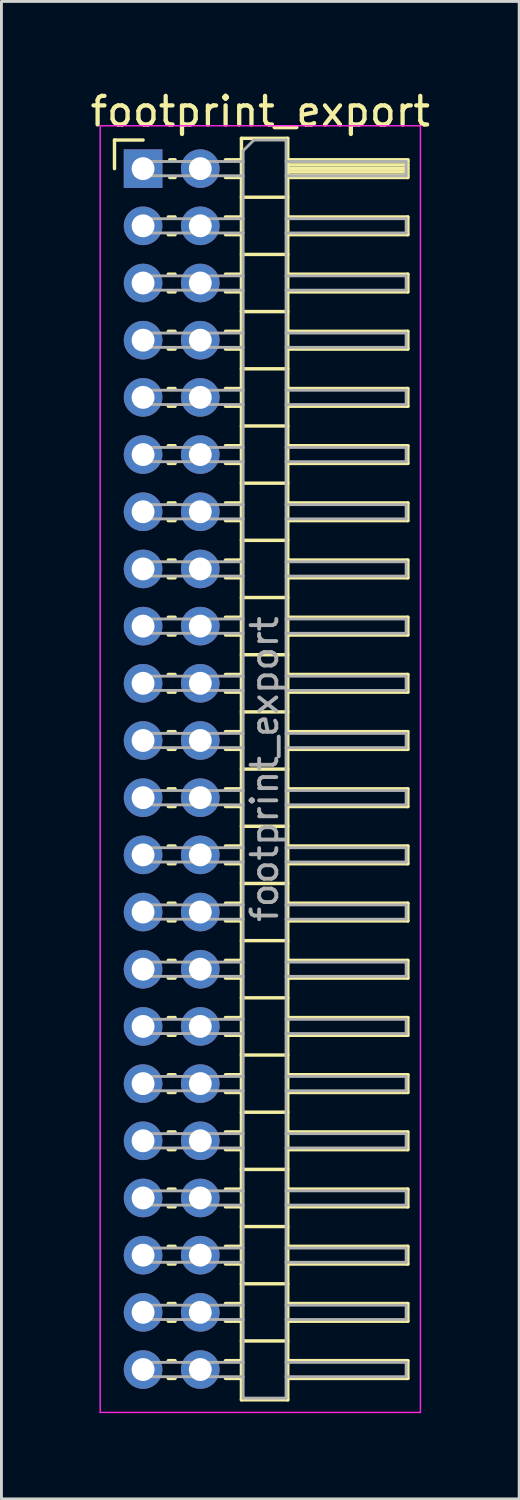
<source format=kicad_pcb>
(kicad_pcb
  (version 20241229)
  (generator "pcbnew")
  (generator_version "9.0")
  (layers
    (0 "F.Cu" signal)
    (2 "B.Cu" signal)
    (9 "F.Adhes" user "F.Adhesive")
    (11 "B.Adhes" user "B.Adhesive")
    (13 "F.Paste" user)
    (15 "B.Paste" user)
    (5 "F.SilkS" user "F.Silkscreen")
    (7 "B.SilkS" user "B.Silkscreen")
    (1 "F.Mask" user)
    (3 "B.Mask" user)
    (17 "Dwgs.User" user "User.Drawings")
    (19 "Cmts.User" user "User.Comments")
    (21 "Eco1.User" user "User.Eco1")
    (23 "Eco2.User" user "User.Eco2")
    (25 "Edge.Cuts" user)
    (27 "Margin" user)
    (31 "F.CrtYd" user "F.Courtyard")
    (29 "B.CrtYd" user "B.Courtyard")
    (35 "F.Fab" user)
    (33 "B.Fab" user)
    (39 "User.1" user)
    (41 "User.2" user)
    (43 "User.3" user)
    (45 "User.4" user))
  (footprint "footprint_export"
    (layer "F.Cu")
    (at 1.954 2.848)
    (property "Reference" "footprint_export" (at 4.1 -2 0) (layer "F.SilkS") (effects (font (size 1 1) (thickness 0.15))))
    (attr through_hole)
    (fp_line (start -1 -1) (end 0 -1) (stroke (width 0.12) (type solid)) (layer "F.SilkS"))
    (fp_line (start -1 0) (end -1 -1) (stroke (width 0.12) (type solid)) (layer "F.SilkS"))
    (fp_line (start 0.882 1.69) (end 1.118 1.69) (stroke (width 0.12) (type solid)) (layer "F.SilkS"))
    (fp_line (start 0.882 2.31) (end 1.118 2.31) (stroke (width 0.12) (type solid)) (layer "F.SilkS"))
    (fp_line (start 0.882 3.69) (end 1.118 3.69) (stroke (width 0.12) (type solid)) (layer "F.SilkS"))
    (fp_line (start 0.882 4.31) (end 1.118 4.31) (stroke (width 0.12) (type solid)) (layer "F.SilkS"))
    (fp_line (start 0.882 5.69) (end 1.118 5.69) (stroke (width 0.12) (type solid)) (layer "F.SilkS"))
    (fp_line (start 0.882 6.31) (end 1.118 6.31) (stroke (width 0.12) (type solid)) (layer "F.SilkS"))
    (fp_line (start 0.882 7.69) (end 1.118 7.69) (stroke (width 0.12) (type solid)) (layer "F.SilkS"))
    (fp_line (start 0.882 8.31) (end 1.118 8.31) (stroke (width 0.12) (type solid)) (layer "F.SilkS"))
    (fp_line (start 0.882 9.69) (end 1.118 9.69) (stroke (width 0.12) (type solid)) (layer "F.SilkS"))
    (fp_line (start 0.882 10.31) (end 1.118 10.31) (stroke (width 0.12) (type solid)) (layer "F.SilkS"))
    (fp_line (start 0.882 11.69) (end 1.118 11.69) (stroke (width 0.12) (type solid)) (layer "F.SilkS"))
    (fp_line (start 0.882 12.31) (end 1.118 12.31) (stroke (width 0.12) (type solid)) (layer "F.SilkS"))
    (fp_line (start 0.882 13.69) (end 1.118 13.69) (stroke (width 0.12) (type solid)) (layer "F.SilkS"))
    (fp_line (start 0.882 14.31) (end 1.118 14.31) (stroke (width 0.12) (type solid)) (layer "F.SilkS"))
    (fp_line (start 0.882 15.69) (end 1.118 15.69) (stroke (width 0.12) (type solid)) (layer "F.SilkS"))
    (fp_line (start 0.882 16.31) (end 1.118 16.31) (stroke (width 0.12) (type solid)) (layer "F.SilkS"))
    (fp_line (start 0.882 17.69) (end 1.118 17.69) (stroke (width 0.12) (type solid)) (layer "F.SilkS"))
    (fp_line (start 0.882 18.31) (end 1.118 18.31) (stroke (width 0.12) (type solid)) (layer "F.SilkS"))
    (fp_line (start 0.882 19.69) (end 1.118 19.69) (stroke (width 0.12) (type solid)) (layer "F.SilkS"))
    (fp_line (start 0.882 20.31) (end 1.118 20.31) (stroke (width 0.12) (type solid)) (layer "F.SilkS"))
    (fp_line (start 0.882 21.69) (end 1.118 21.69) (stroke (width 0.12) (type solid)) (layer "F.SilkS"))
    (fp_line (start 0.882 22.31) (end 1.118 22.31) (stroke (width 0.12) (type solid)) (layer "F.SilkS"))
    (fp_line (start 0.882 23.69) (end 1.118 23.69) (stroke (width 0.12) (type solid)) (layer "F.SilkS"))
    (fp_line (start 0.882 24.31) (end 1.118 24.31) (stroke (width 0.12) (type solid)) (layer "F.SilkS"))
    (fp_line (start 0.882 25.69) (end 1.118 25.69) (stroke (width 0.12) (type solid)) (layer "F.SilkS"))
    (fp_line (start 0.882 26.31) (end 1.118 26.31) (stroke (width 0.12) (type solid)) (layer "F.SilkS"))
    (fp_line (start 0.882 27.69) (end 1.118 27.69) (stroke (width 0.12) (type solid)) (layer "F.SilkS"))
    (fp_line (start 0.882 28.31) (end 1.118 28.31) (stroke (width 0.12) (type solid)) (layer "F.SilkS"))
    (fp_line (start 0.882 29.69) (end 1.118 29.69) (stroke (width 0.12) (type solid)) (layer "F.SilkS"))
    (fp_line (start 0.882 30.31) (end 1.118 30.31) (stroke (width 0.12) (type solid)) (layer "F.SilkS"))
    (fp_line (start 0.882 31.69) (end 1.118 31.69) (stroke (width 0.12) (type solid)) (layer "F.SilkS"))
    (fp_line (start 0.882 32.31) (end 1.118 32.31) (stroke (width 0.12) (type solid)) (layer "F.SilkS"))
    (fp_line (start 0.882 33.69) (end 1.118 33.69) (stroke (width 0.12) (type solid)) (layer "F.SilkS"))
    (fp_line (start 0.882 34.31) (end 1.118 34.31) (stroke (width 0.12) (type solid)) (layer "F.SilkS"))
    (fp_line (start 0.882 35.69) (end 1.118 35.69) (stroke (width 0.12) (type solid)) (layer "F.SilkS"))
    (fp_line (start 0.882 36.31) (end 1.118 36.31) (stroke (width 0.12) (type solid)) (layer "F.SilkS"))
    (fp_line (start 0.882 37.69) (end 1.118 37.69) (stroke (width 0.12) (type solid)) (layer "F.SilkS"))
    (fp_line (start 0.882 38.31) (end 1.118 38.31) (stroke (width 0.12) (type solid)) (layer "F.SilkS"))
    (fp_line (start 0.882 39.69) (end 1.118 39.69) (stroke (width 0.12) (type solid)) (layer "F.SilkS"))
    (fp_line (start 0.882 40.31) (end 1.118 40.31) (stroke (width 0.12) (type solid)) (layer "F.SilkS"))
    (fp_line (start 0.882 41.69) (end 1.118 41.69) (stroke (width 0.12) (type solid)) (layer "F.SilkS"))
    (fp_line (start 0.882 42.31) (end 1.118 42.31) (stroke (width 0.12) (type solid)) (layer "F.SilkS"))
    (fp_line (start 0.935 -0.31) (end 1.118 -0.31) (stroke (width 0.12) (type solid)) (layer "F.SilkS"))
    (fp_line (start 0.935 0.31) (end 1.118 0.31) (stroke (width 0.12) (type solid)) (layer "F.SilkS"))
    (fp_line (start 2.882 -0.31) (end 3.44 -0.31) (stroke (width 0.12) (type solid)) (layer "F.SilkS"))
    (fp_line (start 2.882 0.31) (end 3.44 0.31) (stroke (width 0.12) (type solid)) (layer "F.SilkS"))
    (fp_line (start 2.882 1.69) (end 3.44 1.69) (stroke (width 0.12) (type solid)) (layer "F.SilkS"))
    (fp_line (start 2.882 2.31) (end 3.44 2.31) (stroke (width 0.12) (type solid)) (layer "F.SilkS"))
    (fp_line (start 2.882 3.69) (end 3.44 3.69) (stroke (width 0.12) (type solid)) (layer "F.SilkS"))
    (fp_line (start 2.882 4.31) (end 3.44 4.31) (stroke (width 0.12) (type solid)) (layer "F.SilkS"))
    (fp_line (start 2.882 5.69) (end 3.44 5.69) (stroke (width 0.12) (type solid)) (layer "F.SilkS"))
    (fp_line (start 2.882 6.31) (end 3.44 6.31) (stroke (width 0.12) (type solid)) (layer "F.SilkS"))
    (fp_line (start 2.882 7.69) (end 3.44 7.69) (stroke (width 0.12) (type solid)) (layer "F.SilkS"))
    (fp_line (start 2.882 8.31) (end 3.44 8.31) (stroke (width 0.12) (type solid)) (layer "F.SilkS"))
    (fp_line (start 2.882 9.69) (end 3.44 9.69) (stroke (width 0.12) (type solid)) (layer "F.SilkS"))
    (fp_line (start 2.882 10.31) (end 3.44 10.31) (stroke (width 0.12) (type solid)) (layer "F.SilkS"))
    (fp_line (start 2.882 11.69) (end 3.44 11.69) (stroke (width 0.12) (type solid)) (layer "F.SilkS"))
    (fp_line (start 2.882 12.31) (end 3.44 12.31) (stroke (width 0.12) (type solid)) (layer "F.SilkS"))
    (fp_line (start 2.882 13.69) (end 3.44 13.69) (stroke (width 0.12) (type solid)) (layer "F.SilkS"))
    (fp_line (start 2.882 14.31) (end 3.44 14.31) (stroke (width 0.12) (type solid)) (layer "F.SilkS"))
    (fp_line (start 2.882 15.69) (end 3.44 15.69) (stroke (width 0.12) (type solid)) (layer "F.SilkS"))
    (fp_line (start 2.882 16.31) (end 3.44 16.31) (stroke (width 0.12) (type solid)) (layer "F.SilkS"))
    (fp_line (start 2.882 17.69) (end 3.44 17.69) (stroke (width 0.12) (type solid)) (layer "F.SilkS"))
    (fp_line (start 2.882 18.31) (end 3.44 18.31) (stroke (width 0.12) (type solid)) (layer "F.SilkS"))
    (fp_line (start 2.882 19.69) (end 3.44 19.69) (stroke (width 0.12) (type solid)) (layer "F.SilkS"))
    (fp_line (start 2.882 20.31) (end 3.44 20.31) (stroke (width 0.12) (type solid)) (layer "F.SilkS"))
    (fp_line (start 2.882 21.69) (end 3.44 21.69) (stroke (width 0.12) (type solid)) (layer "F.SilkS"))
    (fp_line (start 2.882 22.31) (end 3.44 22.31) (stroke (width 0.12) (type solid)) (layer "F.SilkS"))
    (fp_line (start 2.882 23.69) (end 3.44 23.69) (stroke (width 0.12) (type solid)) (layer "F.SilkS"))
    (fp_line (start 2.882 24.31) (end 3.44 24.31) (stroke (width 0.12) (type solid)) (layer "F.SilkS"))
    (fp_line (start 2.882 25.69) (end 3.44 25.69) (stroke (width 0.12) (type solid)) (layer "F.SilkS"))
    (fp_line (start 2.882 26.31) (end 3.44 26.31) (stroke (width 0.12) (type solid)) (layer "F.SilkS"))
    (fp_line (start 2.882 27.69) (end 3.44 27.69) (stroke (width 0.12) (type solid)) (layer "F.SilkS"))
    (fp_line (start 2.882 28.31) (end 3.44 28.31) (stroke (width 0.12) (type solid)) (layer "F.SilkS"))
    (fp_line (start 2.882 29.69) (end 3.44 29.69) (stroke (width 0.12) (type solid)) (layer "F.SilkS"))
    (fp_line (start 2.882 30.31) (end 3.44 30.31) (stroke (width 0.12) (type solid)) (layer "F.SilkS"))
    (fp_line (start 2.882 31.69) (end 3.44 31.69) (stroke (width 0.12) (type solid)) (layer "F.SilkS"))
    (fp_line (start 2.882 32.31) (end 3.44 32.31) (stroke (width 0.12) (type solid)) (layer "F.SilkS"))
    (fp_line (start 2.882 33.69) (end 3.44 33.69) (stroke (width 0.12) (type solid)) (layer "F.SilkS"))
    (fp_line (start 2.882 34.31) (end 3.44 34.31) (stroke (width 0.12) (type solid)) (layer "F.SilkS"))
    (fp_line (start 2.882 35.69) (end 3.44 35.69) (stroke (width 0.12) (type solid)) (layer "F.SilkS"))
    (fp_line (start 2.882 36.31) (end 3.44 36.31) (stroke (width 0.12) (type solid)) (layer "F.SilkS"))
    (fp_line (start 2.882 37.69) (end 3.44 37.69) (stroke (width 0.12) (type solid)) (layer "F.SilkS"))
    (fp_line (start 2.882 38.31) (end 3.44 38.31) (stroke (width 0.12) (type solid)) (layer "F.SilkS"))
    (fp_line (start 2.882 39.69) (end 3.44 39.69) (stroke (width 0.12) (type solid)) (layer "F.SilkS"))
    (fp_line (start 2.882 40.31) (end 3.44 40.31) (stroke (width 0.12) (type solid)) (layer "F.SilkS"))
    (fp_line (start 2.882 41.69) (end 3.44 41.69) (stroke (width 0.12) (type solid)) (layer "F.SilkS"))
    (fp_line (start 2.882 42.31) (end 3.44 42.31) (stroke (width 0.12) (type solid)) (layer "F.SilkS"))
    (fp_line (start 3.44 -1.06) (end 3.44 43.06) (stroke (width 0.12) (type solid)) (layer "F.SilkS"))
    (fp_line (start 3.44 1) (end 5.06 1) (stroke (width 0.12) (type solid)) (layer "F.SilkS"))
    (fp_line (start 3.44 3) (end 5.06 3) (stroke (width 0.12) (type solid)) (layer "F.SilkS"))
    (fp_line (start 3.44 5) (end 5.06 5) (stroke (width 0.12) (type solid)) (layer "F.SilkS"))
    (fp_line (start 3.44 7) (end 5.06 7) (stroke (width 0.12) (type solid)) (layer "F.SilkS"))
    (fp_line (start 3.44 9) (end 5.06 9) (stroke (width 0.12) (type solid)) (layer "F.SilkS"))
    (fp_line (start 3.44 11) (end 5.06 11) (stroke (width 0.12) (type solid)) (layer "F.SilkS"))
    (fp_line (start 3.44 13) (end 5.06 13) (stroke (width 0.12) (type solid)) (layer "F.SilkS"))
    (fp_line (start 3.44 15) (end 5.06 15) (stroke (width 0.12) (type solid)) (layer "F.SilkS"))
    (fp_line (start 3.44 17) (end 5.06 17) (stroke (width 0.12) (type solid)) (layer "F.SilkS"))
    (fp_line (start 3.44 19) (end 5.06 19) (stroke (width 0.12) (type solid)) (layer "F.SilkS"))
    (fp_line (start 3.44 21) (end 5.06 21) (stroke (width 0.12) (type solid)) (layer "F.SilkS"))
    (fp_line (start 3.44 23) (end 5.06 23) (stroke (width 0.12) (type solid)) (layer "F.SilkS"))
    (fp_line (start 3.44 25) (end 5.06 25) (stroke (width 0.12) (type solid)) (layer "F.SilkS"))
    (fp_line (start 3.44 27) (end 5.06 27) (stroke (width 0.12) (type solid)) (layer "F.SilkS"))
    (fp_line (start 3.44 29) (end 5.06 29) (stroke (width 0.12) (type solid)) (layer "F.SilkS"))
    (fp_line (start 3.44 31) (end 5.06 31) (stroke (width 0.12) (type solid)) (layer "F.SilkS"))
    (fp_line (start 3.44 33) (end 5.06 33) (stroke (width 0.12) (type solid)) (layer "F.SilkS"))
    (fp_line (start 3.44 35) (end 5.06 35) (stroke (width 0.12) (type solid)) (layer "F.SilkS"))
    (fp_line (start 3.44 37) (end 5.06 37) (stroke (width 0.12) (type solid)) (layer "F.SilkS"))
    (fp_line (start 3.44 39) (end 5.06 39) (stroke (width 0.12) (type solid)) (layer "F.SilkS"))
    (fp_line (start 3.44 41) (end 5.06 41) (stroke (width 0.12) (type solid)) (layer "F.SilkS"))
    (fp_line (start 3.44 43.06) (end 5.06 43.06) (stroke (width 0.12) (type solid)) (layer "F.SilkS"))
    (fp_line (start 5.06 -1.06) (end 3.44 -1.06) (stroke (width 0.12) (type solid)) (layer "F.SilkS"))
    (fp_line (start 5.06 -0.31) (end 9.26 -0.31) (stroke (width 0.12) (type solid)) (layer "F.SilkS"))
    (fp_line (start 5.06 -0.25) (end 9.26 -0.25) (stroke (width 0.12) (type solid)) (layer "F.SilkS"))
    (fp_line (start 5.06 -0.13) (end 9.26 -0.13) (stroke (width 0.12) (type solid)) (layer "F.SilkS"))
    (fp_line (start 5.06 -0.01) (end 9.26 -0.01) (stroke (width 0.12) (type solid)) (layer "F.SilkS"))
    (fp_line (start 5.06 0.11) (end 9.26 0.11) (stroke (width 0.12) (type solid)) (layer "F.SilkS"))
    (fp_line (start 5.06 0.23) (end 9.26 0.23) (stroke (width 0.12) (type solid)) (layer "F.SilkS"))
    (fp_line (start 5.06 1.69) (end 9.26 1.69) (stroke (width 0.12) (type solid)) (layer "F.SilkS"))
    (fp_line (start 5.06 3.69) (end 9.26 3.69) (stroke (width 0.12) (type solid)) (layer "F.SilkS"))
    (fp_line (start 5.06 5.69) (end 9.26 5.69) (stroke (width 0.12) (type solid)) (layer "F.SilkS"))
    (fp_line (start 5.06 7.69) (end 9.26 7.69) (stroke (width 0.12) (type solid)) (layer "F.SilkS"))
    (fp_line (start 5.06 9.69) (end 9.26 9.69) (stroke (width 0.12) (type solid)) (layer "F.SilkS"))
    (fp_line (start 5.06 11.69) (end 9.26 11.69) (stroke (width 0.12) (type solid)) (layer "F.SilkS"))
    (fp_line (start 5.06 13.69) (end 9.26 13.69) (stroke (width 0.12) (type solid)) (layer "F.SilkS"))
    (fp_line (start 5.06 15.69) (end 9.26 15.69) (stroke (width 0.12) (type solid)) (layer "F.SilkS"))
    (fp_line (start 5.06 17.69) (end 9.26 17.69) (stroke (width 0.12) (type solid)) (layer "F.SilkS"))
    (fp_line (start 5.06 19.69) (end 9.26 19.69) (stroke (width 0.12) (type solid)) (layer "F.SilkS"))
    (fp_line (start 5.06 21.69) (end 9.26 21.69) (stroke (width 0.12) (type solid)) (layer "F.SilkS"))
    (fp_line (start 5.06 23.69) (end 9.26 23.69) (stroke (width 0.12) (type solid)) (layer "F.SilkS"))
    (fp_line (start 5.06 25.69) (end 9.26 25.69) (stroke (width 0.12) (type solid)) (layer "F.SilkS"))
    (fp_line (start 5.06 27.69) (end 9.26 27.69) (stroke (width 0.12) (type solid)) (layer "F.SilkS"))
    (fp_line (start 5.06 29.69) (end 9.26 29.69) (stroke (width 0.12) (type solid)) (layer "F.SilkS"))
    (fp_line (start 5.06 31.69) (end 9.26 31.69) (stroke (width 0.12) (type solid)) (layer "F.SilkS"))
    (fp_line (start 5.06 33.69) (end 9.26 33.69) (stroke (width 0.12) (type solid)) (layer "F.SilkS"))
    (fp_line (start 5.06 35.69) (end 9.26 35.69) (stroke (width 0.12) (type solid)) (layer "F.SilkS"))
    (fp_line (start 5.06 37.69) (end 9.26 37.69) (stroke (width 0.12) (type solid)) (layer "F.SilkS"))
    (fp_line (start 5.06 39.69) (end 9.26 39.69) (stroke (width 0.12) (type solid)) (layer "F.SilkS"))
    (fp_line (start 5.06 41.69) (end 9.26 41.69) (stroke (width 0.12) (type solid)) (layer "F.SilkS"))
    (fp_line (start 5.06 43.06) (end 5.06 -1.06) (stroke (width 0.12) (type solid)) (layer "F.SilkS"))
    (fp_line (start 9.26 -0.31) (end 9.26 0.31) (stroke (width 0.12) (type solid)) (layer "F.SilkS"))
    (fp_line (start 9.26 0.31) (end 5.06 0.31) (stroke (width 0.12) (type solid)) (layer "F.SilkS"))
    (fp_line (start 9.26 1.69) (end 9.26 2.31) (stroke (width 0.12) (type solid)) (layer "F.SilkS"))
    (fp_line (start 9.26 2.31) (end 5.06 2.31) (stroke (width 0.12) (type solid)) (layer "F.SilkS"))
    (fp_line (start 9.26 3.69) (end 9.26 4.31) (stroke (width 0.12) (type solid)) (layer "F.SilkS"))
    (fp_line (start 9.26 4.31) (end 5.06 4.31) (stroke (width 0.12) (type solid)) (layer "F.SilkS"))
    (fp_line (start 9.26 5.69) (end 9.26 6.31) (stroke (width 0.12) (type solid)) (layer "F.SilkS"))
    (fp_line (start 9.26 6.31) (end 5.06 6.31) (stroke (width 0.12) (type solid)) (layer "F.SilkS"))
    (fp_line (start 9.26 7.69) (end 9.26 8.31) (stroke (width 0.12) (type solid)) (layer "F.SilkS"))
    (fp_line (start 9.26 8.31) (end 5.06 8.31) (stroke (width 0.12) (type solid)) (layer "F.SilkS"))
    (fp_line (start 9.26 9.69) (end 9.26 10.31) (stroke (width 0.12) (type solid)) (layer "F.SilkS"))
    (fp_line (start 9.26 10.31) (end 5.06 10.31) (stroke (width 0.12) (type solid)) (layer "F.SilkS"))
    (fp_line (start 9.26 11.69) (end 9.26 12.31) (stroke (width 0.12) (type solid)) (layer "F.SilkS"))
    (fp_line (start 9.26 12.31) (end 5.06 12.31) (stroke (width 0.12) (type solid)) (layer "F.SilkS"))
    (fp_line (start 9.26 13.69) (end 9.26 14.31) (stroke (width 0.12) (type solid)) (layer "F.SilkS"))
    (fp_line (start 9.26 14.31) (end 5.06 14.31) (stroke (width 0.12) (type solid)) (layer "F.SilkS"))
    (fp_line (start 9.26 15.69) (end 9.26 16.31) (stroke (width 0.12) (type solid)) (layer "F.SilkS"))
    (fp_line (start 9.26 16.31) (end 5.06 16.31) (stroke (width 0.12) (type solid)) (layer "F.SilkS"))
    (fp_line (start 9.26 17.69) (end 9.26 18.31) (stroke (width 0.12) (type solid)) (layer "F.SilkS"))
    (fp_line (start 9.26 18.31) (end 5.06 18.31) (stroke (width 0.12) (type solid)) (layer "F.SilkS"))
    (fp_line (start 9.26 19.69) (end 9.26 20.31) (stroke (width 0.12) (type solid)) (layer "F.SilkS"))
    (fp_line (start 9.26 20.31) (end 5.06 20.31) (stroke (width 0.12) (type solid)) (layer "F.SilkS"))
    (fp_line (start 9.26 21.69) (end 9.26 22.31) (stroke (width 0.12) (type solid)) (layer "F.SilkS"))
    (fp_line (start 9.26 22.31) (end 5.06 22.31) (stroke (width 0.12) (type solid)) (layer "F.SilkS"))
    (fp_line (start 9.26 23.69) (end 9.26 24.31) (stroke (width 0.12) (type solid)) (layer "F.SilkS"))
    (fp_line (start 9.26 24.31) (end 5.06 24.31) (stroke (width 0.12) (type solid)) (layer "F.SilkS"))
    (fp_line (start 9.26 25.69) (end 9.26 26.31) (stroke (width 0.12) (type solid)) (layer "F.SilkS"))
    (fp_line (start 9.26 26.31) (end 5.06 26.31) (stroke (width 0.12) (type solid)) (layer "F.SilkS"))
    (fp_line (start 9.26 27.69) (end 9.26 28.31) (stroke (width 0.12) (type solid)) (layer "F.SilkS"))
    (fp_line (start 9.26 28.31) (end 5.06 28.31) (stroke (width 0.12) (type solid)) (layer "F.SilkS"))
    (fp_line (start 9.26 29.69) (end 9.26 30.31) (stroke (width 0.12) (type solid)) (layer "F.SilkS"))
    (fp_line (start 9.26 30.31) (end 5.06 30.31) (stroke (width 0.12) (type solid)) (layer "F.SilkS"))
    (fp_line (start 9.26 31.69) (end 9.26 32.31) (stroke (width 0.12) (type solid)) (layer "F.SilkS"))
    (fp_line (start 9.26 32.31) (end 5.06 32.31) (stroke (width 0.12) (type solid)) (layer "F.SilkS"))
    (fp_line (start 9.26 33.69) (end 9.26 34.31) (stroke (width 0.12) (type solid)) (layer "F.SilkS"))
    (fp_line (start 9.26 34.31) (end 5.06 34.31) (stroke (width 0.12) (type solid)) (layer "F.SilkS"))
    (fp_line (start 9.26 35.69) (end 9.26 36.31) (stroke (width 0.12) (type solid)) (layer "F.SilkS"))
    (fp_line (start 9.26 36.31) (end 5.06 36.31) (stroke (width 0.12) (type solid)) (layer "F.SilkS"))
    (fp_line (start 9.26 37.69) (end 9.26 38.31) (stroke (width 0.12) (type solid)) (layer "F.SilkS"))
    (fp_line (start 9.26 38.31) (end 5.06 38.31) (stroke (width 0.12) (type solid)) (layer "F.SilkS"))
    (fp_line (start 9.26 39.69) (end 9.26 40.31) (stroke (width 0.12) (type solid)) (layer "F.SilkS"))
    (fp_line (start 9.26 40.31) (end 5.06 40.31) (stroke (width 0.12) (type solid)) (layer "F.SilkS"))
    (fp_line (start 9.26 41.69) (end 9.26 42.31) (stroke (width 0.12) (type solid)) (layer "F.SilkS"))
    (fp_line (start 9.26 42.31) (end 5.06 42.31) (stroke (width 0.12) (type solid)) (layer "F.SilkS"))
    (fp_line (start -1.5 -1.5) (end -1.5 43.5) (stroke (width 0.05) (type solid)) (layer "F.CrtYd"))
    (fp_line (start -1.5 43.5) (end 9.7 43.5) (stroke (width 0.05) (type solid)) (layer "F.CrtYd"))
    (fp_line (start 9.7 -1.5) (end -1.5 -1.5) (stroke (width 0.05) (type solid)) (layer "F.CrtYd"))
    (fp_line (start 9.7 43.5) (end 9.7 -1.5) (stroke (width 0.05) (type solid)) (layer "F.CrtYd"))
    (fp_line (start -0.25 -0.25) (end -0.25 0.25) (stroke (width 0.1) (type solid)) (layer "F.Fab"))
    (fp_line (start -0.25 -0.25) (end 3.5 -0.25) (stroke (width 0.1) (type solid)) (layer "F.Fab"))
    (fp_line (start -0.25 0.25) (end 3.5 0.25) (stroke (width 0.1) (type solid)) (layer "F.Fab"))
    (fp_line (start -0.25 1.75) (end -0.25 2.25) (stroke (width 0.1) (type solid)) (layer "F.Fab"))
    (fp_line (start -0.25 1.75) (end 3.5 1.75) (stroke (width 0.1) (type solid)) (layer "F.Fab"))
    (fp_line (start -0.25 2.25) (end 3.5 2.25) (stroke (width 0.1) (type solid)) (layer "F.Fab"))
    (fp_line (start -0.25 3.75) (end -0.25 4.25) (stroke (width 0.1) (type solid)) (layer "F.Fab"))
    (fp_line (start -0.25 3.75) (end 3.5 3.75) (stroke (width 0.1) (type solid)) (layer "F.Fab"))
    (fp_line (start -0.25 4.25) (end 3.5 4.25) (stroke (width 0.1) (type solid)) (layer "F.Fab"))
    (fp_line (start -0.25 5.75) (end -0.25 6.25) (stroke (width 0.1) (type solid)) (layer "F.Fab"))
    (fp_line (start -0.25 5.75) (end 3.5 5.75) (stroke (width 0.1) (type solid)) (layer "F.Fab"))
    (fp_line (start -0.25 6.25) (end 3.5 6.25) (stroke (width 0.1) (type solid)) (layer "F.Fab"))
    (fp_line (start -0.25 7.75) (end -0.25 8.25) (stroke (width 0.1) (type solid)) (layer "F.Fab"))
    (fp_line (start -0.25 7.75) (end 3.5 7.75) (stroke (width 0.1) (type solid)) (layer "F.Fab"))
    (fp_line (start -0.25 8.25) (end 3.5 8.25) (stroke (width 0.1) (type solid)) (layer "F.Fab"))
    (fp_line (start -0.25 9.75) (end -0.25 10.25) (stroke (width 0.1) (type solid)) (layer "F.Fab"))
    (fp_line (start -0.25 9.75) (end 3.5 9.75) (stroke (width 0.1) (type solid)) (layer "F.Fab"))
    (fp_line (start -0.25 10.25) (end 3.5 10.25) (stroke (width 0.1) (type solid)) (layer "F.Fab"))
    (fp_line (start -0.25 11.75) (end -0.25 12.25) (stroke (width 0.1) (type solid)) (layer "F.Fab"))
    (fp_line (start -0.25 11.75) (end 3.5 11.75) (stroke (width 0.1) (type solid)) (layer "F.Fab"))
    (fp_line (start -0.25 12.25) (end 3.5 12.25) (stroke (width 0.1) (type solid)) (layer "F.Fab"))
    (fp_line (start -0.25 13.75) (end -0.25 14.25) (stroke (width 0.1) (type solid)) (layer "F.Fab"))
    (fp_line (start -0.25 13.75) (end 3.5 13.75) (stroke (width 0.1) (type solid)) (layer "F.Fab"))
    (fp_line (start -0.25 14.25) (end 3.5 14.25) (stroke (width 0.1) (type solid)) (layer "F.Fab"))
    (fp_line (start -0.25 15.75) (end -0.25 16.25) (stroke (width 0.1) (type solid)) (layer "F.Fab"))
    (fp_line (start -0.25 15.75) (end 3.5 15.75) (stroke (width 0.1) (type solid)) (layer "F.Fab"))
    (fp_line (start -0.25 16.25) (end 3.5 16.25) (stroke (width 0.1) (type solid)) (layer "F.Fab"))
    (fp_line (start -0.25 17.75) (end -0.25 18.25) (stroke (width 0.1) (type solid)) (layer "F.Fab"))
    (fp_line (start -0.25 17.75) (end 3.5 17.75) (stroke (width 0.1) (type solid)) (layer "F.Fab"))
    (fp_line (start -0.25 18.25) (end 3.5 18.25) (stroke (width 0.1) (type solid)) (layer "F.Fab"))
    (fp_line (start -0.25 19.75) (end -0.25 20.25) (stroke (width 0.1) (type solid)) (layer "F.Fab"))
    (fp_line (start -0.25 19.75) (end 3.5 19.75) (stroke (width 0.1) (type solid)) (layer "F.Fab"))
    (fp_line (start -0.25 20.25) (end 3.5 20.25) (stroke (width 0.1) (type solid)) (layer "F.Fab"))
    (fp_line (start -0.25 21.75) (end -0.25 22.25) (stroke (width 0.1) (type solid)) (layer "F.Fab"))
    (fp_line (start -0.25 21.75) (end 3.5 21.75) (stroke (width 0.1) (type solid)) (layer "F.Fab"))
    (fp_line (start -0.25 22.25) (end 3.5 22.25) (stroke (width 0.1) (type solid)) (layer "F.Fab"))
    (fp_line (start -0.25 23.75) (end -0.25 24.25) (stroke (width 0.1) (type solid)) (layer "F.Fab"))
    (fp_line (start -0.25 23.75) (end 3.5 23.75) (stroke (width 0.1) (type solid)) (layer "F.Fab"))
    (fp_line (start -0.25 24.25) (end 3.5 24.25) (stroke (width 0.1) (type solid)) (layer "F.Fab"))
    (fp_line (start -0.25 25.75) (end -0.25 26.25) (stroke (width 0.1) (type solid)) (layer "F.Fab"))
    (fp_line (start -0.25 25.75) (end 3.5 25.75) (stroke (width 0.1) (type solid)) (layer "F.Fab"))
    (fp_line (start -0.25 26.25) (end 3.5 26.25) (stroke (width 0.1) (type solid)) (layer "F.Fab"))
    (fp_line (start -0.25 27.75) (end -0.25 28.25) (stroke (width 0.1) (type solid)) (layer "F.Fab"))
    (fp_line (start -0.25 27.75) (end 3.5 27.75) (stroke (width 0.1) (type solid)) (layer "F.Fab"))
    (fp_line (start -0.25 28.25) (end 3.5 28.25) (stroke (width 0.1) (type solid)) (layer "F.Fab"))
    (fp_line (start -0.25 29.75) (end -0.25 30.25) (stroke (width 0.1) (type solid)) (layer "F.Fab"))
    (fp_line (start -0.25 29.75) (end 3.5 29.75) (stroke (width 0.1) (type solid)) (layer "F.Fab"))
    (fp_line (start -0.25 30.25) (end 3.5 30.25) (stroke (width 0.1) (type solid)) (layer "F.Fab"))
    (fp_line (start -0.25 31.75) (end -0.25 32.25) (stroke (width 0.1) (type solid)) (layer "F.Fab"))
    (fp_line (start -0.25 31.75) (end 3.5 31.75) (stroke (width 0.1) (type solid)) (layer "F.Fab"))
    (fp_line (start -0.25 32.25) (end 3.5 32.25) (stroke (width 0.1) (type solid)) (layer "F.Fab"))
    (fp_line (start -0.25 33.75) (end -0.25 34.25) (stroke (width 0.1) (type solid)) (layer "F.Fab"))
    (fp_line (start -0.25 33.75) (end 3.5 33.75) (stroke (width 0.1) (type solid)) (layer "F.Fab"))
    (fp_line (start -0.25 34.25) (end 3.5 34.25) (stroke (width 0.1) (type solid)) (layer "F.Fab"))
    (fp_line (start -0.25 35.75) (end -0.25 36.25) (stroke (width 0.1) (type solid)) (layer "F.Fab"))
    (fp_line (start -0.25 35.75) (end 3.5 35.75) (stroke (width 0.1) (type solid)) (layer "F.Fab"))
    (fp_line (start -0.25 36.25) (end 3.5 36.25) (stroke (width 0.1) (type solid)) (layer "F.Fab"))
    (fp_line (start -0.25 37.75) (end -0.25 38.25) (stroke (width 0.1) (type solid)) (layer "F.Fab"))
    (fp_line (start -0.25 37.75) (end 3.5 37.75) (stroke (width 0.1) (type solid)) (layer "F.Fab"))
    (fp_line (start -0.25 38.25) (end 3.5 38.25) (stroke (width 0.1) (type solid)) (layer "F.Fab"))
    (fp_line (start -0.25 39.75) (end -0.25 40.25) (stroke (width 0.1) (type solid)) (layer "F.Fab"))
    (fp_line (start -0.25 39.75) (end 3.5 39.75) (stroke (width 0.1) (type solid)) (layer "F.Fab"))
    (fp_line (start -0.25 40.25) (end 3.5 40.25) (stroke (width 0.1) (type solid)) (layer "F.Fab"))
    (fp_line (start -0.25 41.75) (end -0.25 42.25) (stroke (width 0.1) (type solid)) (layer "F.Fab"))
    (fp_line (start -0.25 41.75) (end 3.5 41.75) (stroke (width 0.1) (type solid)) (layer "F.Fab"))
    (fp_line (start -0.25 42.25) (end 3.5 42.25) (stroke (width 0.1) (type solid)) (layer "F.Fab"))
    (fp_line (start 3.5 -0.625) (end 3.875 -1) (stroke (width 0.1) (type solid)) (layer "F.Fab"))
    (fp_line (start 3.5 43) (end 3.5 -0.625) (stroke (width 0.1) (type solid)) (layer "F.Fab"))
    (fp_line (start 3.875 -1) (end 5 -1) (stroke (width 0.1) (type solid)) (layer "F.Fab"))
    (fp_line (start 5 -1) (end 5 43) (stroke (width 0.1) (type solid)) (layer "F.Fab"))
    (fp_line (start 5 -0.25) (end 9.2 -0.25) (stroke (width 0.1) (type solid)) (layer "F.Fab"))
    (fp_line (start 5 0.25) (end 9.2 0.25) (stroke (width 0.1) (type solid)) (layer "F.Fab"))
    (fp_line (start 5 1.75) (end 9.2 1.75) (stroke (width 0.1) (type solid)) (layer "F.Fab"))
    (fp_line (start 5 2.25) (end 9.2 2.25) (stroke (width 0.1) (type solid)) (layer "F.Fab"))
    (fp_line (start 5 3.75) (end 9.2 3.75) (stroke (width 0.1) (type solid)) (layer "F.Fab"))
    (fp_line (start 5 4.25) (end 9.2 4.25) (stroke (width 0.1) (type solid)) (layer "F.Fab"))
    (fp_line (start 5 5.75) (end 9.2 5.75) (stroke (width 0.1) (type solid)) (layer "F.Fab"))
    (fp_line (start 5 6.25) (end 9.2 6.25) (stroke (width 0.1) (type solid)) (layer "F.Fab"))
    (fp_line (start 5 7.75) (end 9.2 7.75) (stroke (width 0.1) (type solid)) (layer "F.Fab"))
    (fp_line (start 5 8.25) (end 9.2 8.25) (stroke (width 0.1) (type solid)) (layer "F.Fab"))
    (fp_line (start 5 9.75) (end 9.2 9.75) (stroke (width 0.1) (type solid)) (layer "F.Fab"))
    (fp_line (start 5 10.25) (end 9.2 10.25) (stroke (width 0.1) (type solid)) (layer "F.Fab"))
    (fp_line (start 5 11.75) (end 9.2 11.75) (stroke (width 0.1) (type solid)) (layer "F.Fab"))
    (fp_line (start 5 12.25) (end 9.2 12.25) (stroke (width 0.1) (type solid)) (layer "F.Fab"))
    (fp_line (start 5 13.75) (end 9.2 13.75) (stroke (width 0.1) (type solid)) (layer "F.Fab"))
    (fp_line (start 5 14.25) (end 9.2 14.25) (stroke (width 0.1) (type solid)) (layer "F.Fab"))
    (fp_line (start 5 15.75) (end 9.2 15.75) (stroke (width 0.1) (type solid)) (layer "F.Fab"))
    (fp_line (start 5 16.25) (end 9.2 16.25) (stroke (width 0.1) (type solid)) (layer "F.Fab"))
    (fp_line (start 5 17.75) (end 9.2 17.75) (stroke (width 0.1) (type solid)) (layer "F.Fab"))
    (fp_line (start 5 18.25) (end 9.2 18.25) (stroke (width 0.1) (type solid)) (layer "F.Fab"))
    (fp_line (start 5 19.75) (end 9.2 19.75) (stroke (width 0.1) (type solid)) (layer "F.Fab"))
    (fp_line (start 5 20.25) (end 9.2 20.25) (stroke (width 0.1) (type solid)) (layer "F.Fab"))
    (fp_line (start 5 21.75) (end 9.2 21.75) (stroke (width 0.1) (type solid)) (layer "F.Fab"))
    (fp_line (start 5 22.25) (end 9.2 22.25) (stroke (width 0.1) (type solid)) (layer "F.Fab"))
    (fp_line (start 5 23.75) (end 9.2 23.75) (stroke (width 0.1) (type solid)) (layer "F.Fab"))
    (fp_line (start 5 24.25) (end 9.2 24.25) (stroke (width 0.1) (type solid)) (layer "F.Fab"))
    (fp_line (start 5 25.75) (end 9.2 25.75) (stroke (width 0.1) (type solid)) (layer "F.Fab"))
    (fp_line (start 5 26.25) (end 9.2 26.25) (stroke (width 0.1) (type solid)) (layer "F.Fab"))
    (fp_line (start 5 27.75) (end 9.2 27.75) (stroke (width 0.1) (type solid)) (layer "F.Fab"))
    (fp_line (start 5 28.25) (end 9.2 28.25) (stroke (width 0.1) (type solid)) (layer "F.Fab"))
    (fp_line (start 5 29.75) (end 9.2 29.75) (stroke (width 0.1) (type solid)) (layer "F.Fab"))
    (fp_line (start 5 30.25) (end 9.2 30.25) (stroke (width 0.1) (type solid)) (layer "F.Fab"))
    (fp_line (start 5 31.75) (end 9.2 31.75) (stroke (width 0.1) (type solid)) (layer "F.Fab"))
    (fp_line (start 5 32.25) (end 9.2 32.25) (stroke (width 0.1) (type solid)) (layer "F.Fab"))
    (fp_line (start 5 33.75) (end 9.2 33.75) (stroke (width 0.1) (type solid)) (layer "F.Fab"))
    (fp_line (start 5 34.25) (end 9.2 34.25) (stroke (width 0.1) (type solid)) (layer "F.Fab"))
    (fp_line (start 5 35.75) (end 9.2 35.75) (stroke (width 0.1) (type solid)) (layer "F.Fab"))
    (fp_line (start 5 36.25) (end 9.2 36.25) (stroke (width 0.1) (type solid)) (layer "F.Fab"))
    (fp_line (start 5 37.75) (end 9.2 37.75) (stroke (width 0.1) (type solid)) (layer "F.Fab"))
    (fp_line (start 5 38.25) (end 9.2 38.25) (stroke (width 0.1) (type solid)) (layer "F.Fab"))
    (fp_line (start 5 39.75) (end 9.2 39.75) (stroke (width 0.1) (type solid)) (layer "F.Fab"))
    (fp_line (start 5 40.25) (end 9.2 40.25) (stroke (width 0.1) (type solid)) (layer "F.Fab"))
    (fp_line (start 5 41.75) (end 9.2 41.75) (stroke (width 0.1) (type solid)) (layer "F.Fab"))
    (fp_line (start 5 42.25) (end 9.2 42.25) (stroke (width 0.1) (type solid)) (layer "F.Fab"))
    (fp_line (start 5 43) (end 3.5 43) (stroke (width 0.1) (type solid)) (layer "F.Fab"))
    (fp_line (start 9.2 -0.25) (end 9.2 0.25) (stroke (width 0.1) (type solid)) (layer "F.Fab"))
    (fp_line (start 9.2 1.75) (end 9.2 2.25) (stroke (width 0.1) (type solid)) (layer "F.Fab"))
    (fp_line (start 9.2 3.75) (end 9.2 4.25) (stroke (width 0.1) (type solid)) (layer "F.Fab"))
    (fp_line (start 9.2 5.75) (end 9.2 6.25) (stroke (width 0.1) (type solid)) (layer "F.Fab"))
    (fp_line (start 9.2 7.75) (end 9.2 8.25) (stroke (width 0.1) (type solid)) (layer "F.Fab"))
    (fp_line (start 9.2 9.75) (end 9.2 10.25) (stroke (width 0.1) (type solid)) (layer "F.Fab"))
    (fp_line (start 9.2 11.75) (end 9.2 12.25) (stroke (width 0.1) (type solid)) (layer "F.Fab"))
    (fp_line (start 9.2 13.75) (end 9.2 14.25) (stroke (width 0.1) (type solid)) (layer "F.Fab"))
    (fp_line (start 9.2 15.75) (end 9.2 16.25) (stroke (width 0.1) (type solid)) (layer "F.Fab"))
    (fp_line (start 9.2 17.75) (end 9.2 18.25) (stroke (width 0.1) (type solid)) (layer "F.Fab"))
    (fp_line (start 9.2 19.75) (end 9.2 20.25) (stroke (width 0.1) (type solid)) (layer "F.Fab"))
    (fp_line (start 9.2 21.75) (end 9.2 22.25) (stroke (width 0.1) (type solid)) (layer "F.Fab"))
    (fp_line (start 9.2 23.75) (end 9.2 24.25) (stroke (width 0.1) (type solid)) (layer "F.Fab"))
    (fp_line (start 9.2 25.75) (end 9.2 26.25) (stroke (width 0.1) (type solid)) (layer "F.Fab"))
    (fp_line (start 9.2 27.75) (end 9.2 28.25) (stroke (width 0.1) (type solid)) (layer "F.Fab"))
    (fp_line (start 9.2 29.75) (end 9.2 30.25) (stroke (width 0.1) (type solid)) (layer "F.Fab"))
    (fp_line (start 9.2 31.75) (end 9.2 32.25) (stroke (width 0.1) (type solid)) (layer "F.Fab"))
    (fp_line (start 9.2 33.75) (end 9.2 34.25) (stroke (width 0.1) (type solid)) (layer "F.Fab"))
    (fp_line (start 9.2 35.75) (end 9.2 36.25) (stroke (width 0.1) (type solid)) (layer "F.Fab"))
    (fp_line (start 9.2 37.75) (end 9.2 38.25) (stroke (width 0.1) (type solid)) (layer "F.Fab"))
    (fp_line (start 9.2 39.75) (end 9.2 40.25) (stroke (width 0.1) (type solid)) (layer "F.Fab"))
    (fp_line (start 9.2 41.75) (end 9.2 42.25) (stroke (width 0.1) (type solid)) (layer "F.Fab"))
    (fp_text user "${REFERENCE}" (at 4.25 21 90) (layer "F.Fab") (effects (font (size 0.9 0.9) (thickness 0.135))))
    (pad "1" thru_hole rect (at 0 0) (size 1.35 1.35) (drill 0.8) (layers "*.Cu" "*.Mask"))
    (pad "2" thru_hole oval (at 2 0) (size 1.35 1.35) (drill 0.8) (layers "*.Cu" "*.Mask"))
    (pad "3" thru_hole oval (at 0 2) (size 1.35 1.35) (drill 0.8) (layers "*.Cu" "*.Mask"))
    (pad "4" thru_hole oval (at 2 2) (size 1.35 1.35) (drill 0.8) (layers "*.Cu" "*.Mask"))
    (pad "5" thru_hole oval (at 0 4) (size 1.35 1.35) (drill 0.8) (layers "*.Cu" "*.Mask"))
    (pad "6" thru_hole oval (at 2 4) (size 1.35 1.35) (drill 0.8) (layers "*.Cu" "*.Mask"))
    (pad "7" thru_hole oval (at 0 6) (size 1.35 1.35) (drill 0.8) (layers "*.Cu" "*.Mask"))
    (pad "8" thru_hole oval (at 2 6) (size 1.35 1.35) (drill 0.8) (layers "*.Cu" "*.Mask"))
    (pad "9" thru_hole oval (at 0 8) (size 1.35 1.35) (drill 0.8) (layers "*.Cu" "*.Mask"))
    (pad "10" thru_hole oval (at 2 8) (size 1.35 1.35) (drill 0.8) (layers "*.Cu" "*.Mask"))
    (pad "11" thru_hole oval (at 0 10) (size 1.35 1.35) (drill 0.8) (layers "*.Cu" "*.Mask"))
    (pad "12" thru_hole oval (at 2 10) (size 1.35 1.35) (drill 0.8) (layers "*.Cu" "*.Mask"))
    (pad "13" thru_hole oval (at 0 12) (size 1.35 1.35) (drill 0.8) (layers "*.Cu" "*.Mask"))
    (pad "14" thru_hole oval (at 2 12) (size 1.35 1.35) (drill 0.8) (layers "*.Cu" "*.Mask"))
    (pad "15" thru_hole oval (at 0 14) (size 1.35 1.35) (drill 0.8) (layers "*.Cu" "*.Mask"))
    (pad "16" thru_hole oval (at 2 14) (size 1.35 1.35) (drill 0.8) (layers "*.Cu" "*.Mask"))
    (pad "17" thru_hole oval (at 0 16) (size 1.35 1.35) (drill 0.8) (layers "*.Cu" "*.Mask"))
    (pad "18" thru_hole oval (at 2 16) (size 1.35 1.35) (drill 0.8) (layers "*.Cu" "*.Mask"))
    (pad "19" thru_hole oval (at 0 18) (size 1.35 1.35) (drill 0.8) (layers "*.Cu" "*.Mask"))
    (pad "20" thru_hole oval (at 2 18) (size 1.35 1.35) (drill 0.8) (layers "*.Cu" "*.Mask"))
    (pad "21" thru_hole oval (at 0 20) (size 1.35 1.35) (drill 0.8) (layers "*.Cu" "*.Mask"))
    (pad "22" thru_hole oval (at 2 20) (size 1.35 1.35) (drill 0.8) (layers "*.Cu" "*.Mask"))
    (pad "23" thru_hole oval (at 0 22) (size 1.35 1.35) (drill 0.8) (layers "*.Cu" "*.Mask"))
    (pad "24" thru_hole oval (at 2 22) (size 1.35 1.35) (drill 0.8) (layers "*.Cu" "*.Mask"))
    (pad "25" thru_hole oval (at 0 24) (size 1.35 1.35) (drill 0.8) (layers "*.Cu" "*.Mask"))
    (pad "26" thru_hole oval (at 2 24) (size 1.35 1.35) (drill 0.8) (layers "*.Cu" "*.Mask"))
    (pad "27" thru_hole oval (at 0 26) (size 1.35 1.35) (drill 0.8) (layers "*.Cu" "*.Mask"))
    (pad "28" thru_hole oval (at 2 26) (size 1.35 1.35) (drill 0.8) (layers "*.Cu" "*.Mask"))
    (pad "29" thru_hole oval (at 0 28) (size 1.35 1.35) (drill 0.8) (layers "*.Cu" "*.Mask"))
    (pad "30" thru_hole oval (at 2 28) (size 1.35 1.35) (drill 0.8) (layers "*.Cu" "*.Mask"))
    (pad "31" thru_hole oval (at 0 30) (size 1.35 1.35) (drill 0.8) (layers "*.Cu" "*.Mask"))
    (pad "32" thru_hole oval (at 2 30) (size 1.35 1.35) (drill 0.8) (layers "*.Cu" "*.Mask"))
    (pad "33" thru_hole oval (at 0 32) (size 1.35 1.35) (drill 0.8) (layers "*.Cu" "*.Mask"))
    (pad "34" thru_hole oval (at 2 32) (size 1.35 1.35) (drill 0.8) (layers "*.Cu" "*.Mask"))
    (pad "35" thru_hole oval (at 0 34) (size 1.35 1.35) (drill 0.8) (layers "*.Cu" "*.Mask"))
    (pad "36" thru_hole oval (at 2 34) (size 1.35 1.35) (drill 0.8) (layers "*.Cu" "*.Mask"))
    (pad "37" thru_hole oval (at 0 36) (size 1.35 1.35) (drill 0.8) (layers "*.Cu" "*.Mask"))
    (pad "38" thru_hole oval (at 2 36) (size 1.35 1.35) (drill 0.8) (layers "*.Cu" "*.Mask"))
    (pad "39" thru_hole oval (at 0 38) (size 1.35 1.35) (drill 0.8) (layers "*.Cu" "*.Mask"))
    (pad "40" thru_hole oval (at 2 38) (size 1.35 1.35) (drill 0.8) (layers "*.Cu" "*.Mask"))
    (pad "41" thru_hole oval (at 0 40) (size 1.35 1.35) (drill 0.8) (layers "*.Cu" "*.Mask"))
    (pad "42" thru_hole oval (at 2 40) (size 1.35 1.35) (drill 0.8) (layers "*.Cu" "*.Mask"))
    (pad "43" thru_hole oval (at 0 42) (size 1.35 1.35) (drill 0.8) (layers "*.Cu" "*.Mask"))
    (pad "44" thru_hole oval (at 2 42) (size 1.35 1.35) (drill 0.8) (layers "*.Cu" "*.Mask")))
  (gr_rect
    (start -3 -3)
    (end 15.107 49.373)
    (stroke (width 0.1) (type default))
    (fill no)
    (layer "Edge.Cuts")))
</source>
